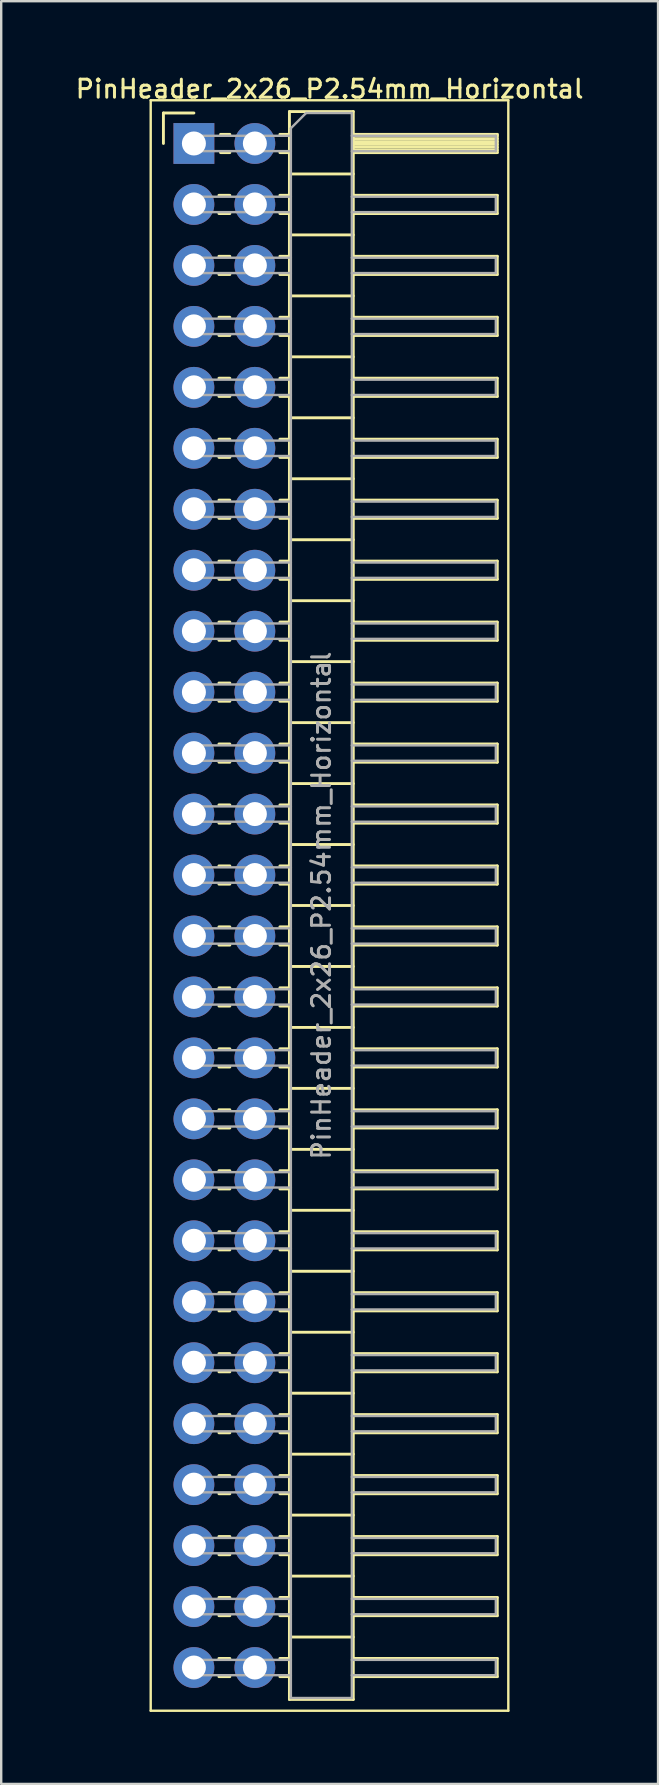
<source format=kicad_pcb>
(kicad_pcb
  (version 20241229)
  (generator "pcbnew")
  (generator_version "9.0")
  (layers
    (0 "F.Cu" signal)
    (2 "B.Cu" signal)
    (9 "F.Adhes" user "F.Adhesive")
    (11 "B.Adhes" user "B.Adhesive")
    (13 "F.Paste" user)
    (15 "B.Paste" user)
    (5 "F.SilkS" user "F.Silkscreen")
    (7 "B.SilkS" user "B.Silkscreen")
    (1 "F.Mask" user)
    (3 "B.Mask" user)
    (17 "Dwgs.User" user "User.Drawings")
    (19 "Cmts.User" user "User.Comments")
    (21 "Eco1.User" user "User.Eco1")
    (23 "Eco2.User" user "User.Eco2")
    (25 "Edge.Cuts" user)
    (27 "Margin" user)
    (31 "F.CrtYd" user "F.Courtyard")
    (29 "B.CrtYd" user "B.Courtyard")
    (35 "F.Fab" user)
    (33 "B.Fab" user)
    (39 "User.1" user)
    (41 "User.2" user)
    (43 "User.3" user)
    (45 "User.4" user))
  (footprint "PinHeader_2x26_P2.54mm_Horizontal"
    (layer "F.Cu")
    (at 5.029 2.928)
    (property "Reference" "PinHeader_2x26_P2.54mm_Horizontal" (at 5.655 -2.27 0) (layer "F.SilkS") (effects (font (size 0.75 0.75) (thickness 0.125))))
    (attr through_hole)
    (fp_line (start -1.8 -1.8) (end -1.8 65.3) (stroke (width 0.1) (type solid)) (layer "F.SilkS"))
    (fp_line (start -1.8 65.3) (end 13.1 65.3) (stroke (width 0.1) (type solid)) (layer "F.SilkS"))
    (fp_line (start -1.27 -1.27) (end 0 -1.27) (stroke (width 0.12) (type solid)) (layer "F.SilkS"))
    (fp_line (start -1.27 0) (end -1.27 -1.27) (stroke (width 0.12) (type solid)) (layer "F.SilkS"))
    (fp_line (start 1.043 2.16) (end 1.497 2.16) (stroke (width 0.12) (type solid)) (layer "F.SilkS"))
    (fp_line (start 1.043 2.92) (end 1.497 2.92) (stroke (width 0.12) (type solid)) (layer "F.SilkS"))
    (fp_line (start 1.043 4.7) (end 1.497 4.7) (stroke (width 0.12) (type solid)) (layer "F.SilkS"))
    (fp_line (start 1.043 5.46) (end 1.497 5.46) (stroke (width 0.12) (type solid)) (layer "F.SilkS"))
    (fp_line (start 1.043 7.24) (end 1.497 7.24) (stroke (width 0.12) (type solid)) (layer "F.SilkS"))
    (fp_line (start 1.043 8) (end 1.497 8) (stroke (width 0.12) (type solid)) (layer "F.SilkS"))
    (fp_line (start 1.043 9.78) (end 1.497 9.78) (stroke (width 0.12) (type solid)) (layer "F.SilkS"))
    (fp_line (start 1.043 10.54) (end 1.497 10.54) (stroke (width 0.12) (type solid)) (layer "F.SilkS"))
    (fp_line (start 1.043 12.32) (end 1.497 12.32) (stroke (width 0.12) (type solid)) (layer "F.SilkS"))
    (fp_line (start 1.043 13.08) (end 1.497 13.08) (stroke (width 0.12) (type solid)) (layer "F.SilkS"))
    (fp_line (start 1.043 14.86) (end 1.497 14.86) (stroke (width 0.12) (type solid)) (layer "F.SilkS"))
    (fp_line (start 1.043 15.62) (end 1.497 15.62) (stroke (width 0.12) (type solid)) (layer "F.SilkS"))
    (fp_line (start 1.043 17.4) (end 1.497 17.4) (stroke (width 0.12) (type solid)) (layer "F.SilkS"))
    (fp_line (start 1.043 18.16) (end 1.497 18.16) (stroke (width 0.12) (type solid)) (layer "F.SilkS"))
    (fp_line (start 1.043 19.94) (end 1.497 19.94) (stroke (width 0.12) (type solid)) (layer "F.SilkS"))
    (fp_line (start 1.043 20.7) (end 1.497 20.7) (stroke (width 0.12) (type solid)) (layer "F.SilkS"))
    (fp_line (start 1.043 22.48) (end 1.497 22.48) (stroke (width 0.12) (type solid)) (layer "F.SilkS"))
    (fp_line (start 1.043 23.24) (end 1.497 23.24) (stroke (width 0.12) (type solid)) (layer "F.SilkS"))
    (fp_line (start 1.043 25.02) (end 1.497 25.02) (stroke (width 0.12) (type solid)) (layer "F.SilkS"))
    (fp_line (start 1.043 25.78) (end 1.497 25.78) (stroke (width 0.12) (type solid)) (layer "F.SilkS"))
    (fp_line (start 1.043 27.56) (end 1.497 27.56) (stroke (width 0.12) (type solid)) (layer "F.SilkS"))
    (fp_line (start 1.043 28.32) (end 1.497 28.32) (stroke (width 0.12) (type solid)) (layer "F.SilkS"))
    (fp_line (start 1.043 30.1) (end 1.497 30.1) (stroke (width 0.12) (type solid)) (layer "F.SilkS"))
    (fp_line (start 1.043 30.86) (end 1.497 30.86) (stroke (width 0.12) (type solid)) (layer "F.SilkS"))
    (fp_line (start 1.043 32.64) (end 1.497 32.64) (stroke (width 0.12) (type solid)) (layer "F.SilkS"))
    (fp_line (start 1.043 33.4) (end 1.497 33.4) (stroke (width 0.12) (type solid)) (layer "F.SilkS"))
    (fp_line (start 1.043 35.18) (end 1.497 35.18) (stroke (width 0.12) (type solid)) (layer "F.SilkS"))
    (fp_line (start 1.043 35.94) (end 1.497 35.94) (stroke (width 0.12) (type solid)) (layer "F.SilkS"))
    (fp_line (start 1.043 37.72) (end 1.497 37.72) (stroke (width 0.12) (type solid)) (layer "F.SilkS"))
    (fp_line (start 1.043 38.48) (end 1.497 38.48) (stroke (width 0.12) (type solid)) (layer "F.SilkS"))
    (fp_line (start 1.043 40.26) (end 1.497 40.26) (stroke (width 0.12) (type solid)) (layer "F.SilkS"))
    (fp_line (start 1.043 41.02) (end 1.497 41.02) (stroke (width 0.12) (type solid)) (layer "F.SilkS"))
    (fp_line (start 1.043 42.8) (end 1.497 42.8) (stroke (width 0.12) (type solid)) (layer "F.SilkS"))
    (fp_line (start 1.043 43.56) (end 1.497 43.56) (stroke (width 0.12) (type solid)) (layer "F.SilkS"))
    (fp_line (start 1.043 45.34) (end 1.497 45.34) (stroke (width 0.12) (type solid)) (layer "F.SilkS"))
    (fp_line (start 1.043 46.1) (end 1.497 46.1) (stroke (width 0.12) (type solid)) (layer "F.SilkS"))
    (fp_line (start 1.043 47.88) (end 1.497 47.88) (stroke (width 0.12) (type solid)) (layer "F.SilkS"))
    (fp_line (start 1.043 48.64) (end 1.497 48.64) (stroke (width 0.12) (type solid)) (layer "F.SilkS"))
    (fp_line (start 1.043 50.42) (end 1.497 50.42) (stroke (width 0.12) (type solid)) (layer "F.SilkS"))
    (fp_line (start 1.043 51.18) (end 1.497 51.18) (stroke (width 0.12) (type solid)) (layer "F.SilkS"))
    (fp_line (start 1.043 52.96) (end 1.497 52.96) (stroke (width 0.12) (type solid)) (layer "F.SilkS"))
    (fp_line (start 1.043 53.72) (end 1.497 53.72) (stroke (width 0.12) (type solid)) (layer "F.SilkS"))
    (fp_line (start 1.043 55.5) (end 1.497 55.5) (stroke (width 0.12) (type solid)) (layer "F.SilkS"))
    (fp_line (start 1.043 56.26) (end 1.497 56.26) (stroke (width 0.12) (type solid)) (layer "F.SilkS"))
    (fp_line (start 1.043 58.04) (end 1.497 58.04) (stroke (width 0.12) (type solid)) (layer "F.SilkS"))
    (fp_line (start 1.043 58.8) (end 1.497 58.8) (stroke (width 0.12) (type solid)) (layer "F.SilkS"))
    (fp_line (start 1.043 60.58) (end 1.497 60.58) (stroke (width 0.12) (type solid)) (layer "F.SilkS"))
    (fp_line (start 1.043 61.34) (end 1.497 61.34) (stroke (width 0.12) (type solid)) (layer "F.SilkS"))
    (fp_line (start 1.043 63.12) (end 1.497 63.12) (stroke (width 0.12) (type solid)) (layer "F.SilkS"))
    (fp_line (start 1.043 63.88) (end 1.497 63.88) (stroke (width 0.12) (type solid)) (layer "F.SilkS"))
    (fp_line (start 1.11 -0.38) (end 1.497 -0.38) (stroke (width 0.12) (type solid)) (layer "F.SilkS"))
    (fp_line (start 1.11 0.38) (end 1.497 0.38) (stroke (width 0.12) (type solid)) (layer "F.SilkS"))
    (fp_line (start 3.583 -0.38) (end 3.98 -0.38) (stroke (width 0.12) (type solid)) (layer "F.SilkS"))
    (fp_line (start 3.583 0.38) (end 3.98 0.38) (stroke (width 0.12) (type solid)) (layer "F.SilkS"))
    (fp_line (start 3.583 2.16) (end 3.98 2.16) (stroke (width 0.12) (type solid)) (layer "F.SilkS"))
    (fp_line (start 3.583 2.92) (end 3.98 2.92) (stroke (width 0.12) (type solid)) (layer "F.SilkS"))
    (fp_line (start 3.583 4.7) (end 3.98 4.7) (stroke (width 0.12) (type solid)) (layer "F.SilkS"))
    (fp_line (start 3.583 5.46) (end 3.98 5.46) (stroke (width 0.12) (type solid)) (layer "F.SilkS"))
    (fp_line (start 3.583 7.24) (end 3.98 7.24) (stroke (width 0.12) (type solid)) (layer "F.SilkS"))
    (fp_line (start 3.583 8) (end 3.98 8) (stroke (width 0.12) (type solid)) (layer "F.SilkS"))
    (fp_line (start 3.583 9.78) (end 3.98 9.78) (stroke (width 0.12) (type solid)) (layer "F.SilkS"))
    (fp_line (start 3.583 10.54) (end 3.98 10.54) (stroke (width 0.12) (type solid)) (layer "F.SilkS"))
    (fp_line (start 3.583 12.32) (end 3.98 12.32) (stroke (width 0.12) (type solid)) (layer "F.SilkS"))
    (fp_line (start 3.583 13.08) (end 3.98 13.08) (stroke (width 0.12) (type solid)) (layer "F.SilkS"))
    (fp_line (start 3.583 14.86) (end 3.98 14.86) (stroke (width 0.12) (type solid)) (layer "F.SilkS"))
    (fp_line (start 3.583 15.62) (end 3.98 15.62) (stroke (width 0.12) (type solid)) (layer "F.SilkS"))
    (fp_line (start 3.583 17.4) (end 3.98 17.4) (stroke (width 0.12) (type solid)) (layer "F.SilkS"))
    (fp_line (start 3.583 18.16) (end 3.98 18.16) (stroke (width 0.12) (type solid)) (layer "F.SilkS"))
    (fp_line (start 3.583 19.94) (end 3.98 19.94) (stroke (width 0.12) (type solid)) (layer "F.SilkS"))
    (fp_line (start 3.583 20.7) (end 3.98 20.7) (stroke (width 0.12) (type solid)) (layer "F.SilkS"))
    (fp_line (start 3.583 22.48) (end 3.98 22.48) (stroke (width 0.12) (type solid)) (layer "F.SilkS"))
    (fp_line (start 3.583 23.24) (end 3.98 23.24) (stroke (width 0.12) (type solid)) (layer "F.SilkS"))
    (fp_line (start 3.583 25.02) (end 3.98 25.02) (stroke (width 0.12) (type solid)) (layer "F.SilkS"))
    (fp_line (start 3.583 25.78) (end 3.98 25.78) (stroke (width 0.12) (type solid)) (layer "F.SilkS"))
    (fp_line (start 3.583 27.56) (end 3.98 27.56) (stroke (width 0.12) (type solid)) (layer "F.SilkS"))
    (fp_line (start 3.583 28.32) (end 3.98 28.32) (stroke (width 0.12) (type solid)) (layer "F.SilkS"))
    (fp_line (start 3.583 30.1) (end 3.98 30.1) (stroke (width 0.12) (type solid)) (layer "F.SilkS"))
    (fp_line (start 3.583 30.86) (end 3.98 30.86) (stroke (width 0.12) (type solid)) (layer "F.SilkS"))
    (fp_line (start 3.583 32.64) (end 3.98 32.64) (stroke (width 0.12) (type solid)) (layer "F.SilkS"))
    (fp_line (start 3.583 33.4) (end 3.98 33.4) (stroke (width 0.12) (type solid)) (layer "F.SilkS"))
    (fp_line (start 3.583 35.18) (end 3.98 35.18) (stroke (width 0.12) (type solid)) (layer "F.SilkS"))
    (fp_line (start 3.583 35.94) (end 3.98 35.94) (stroke (width 0.12) (type solid)) (layer "F.SilkS"))
    (fp_line (start 3.583 37.72) (end 3.98 37.72) (stroke (width 0.12) (type solid)) (layer "F.SilkS"))
    (fp_line (start 3.583 38.48) (end 3.98 38.48) (stroke (width 0.12) (type solid)) (layer "F.SilkS"))
    (fp_line (start 3.583 40.26) (end 3.98 40.26) (stroke (width 0.12) (type solid)) (layer "F.SilkS"))
    (fp_line (start 3.583 41.02) (end 3.98 41.02) (stroke (width 0.12) (type solid)) (layer "F.SilkS"))
    (fp_line (start 3.583 42.8) (end 3.98 42.8) (stroke (width 0.12) (type solid)) (layer "F.SilkS"))
    (fp_line (start 3.583 43.56) (end 3.98 43.56) (stroke (width 0.12) (type solid)) (layer "F.SilkS"))
    (fp_line (start 3.583 45.34) (end 3.98 45.34) (stroke (width 0.12) (type solid)) (layer "F.SilkS"))
    (fp_line (start 3.583 46.1) (end 3.98 46.1) (stroke (width 0.12) (type solid)) (layer "F.SilkS"))
    (fp_line (start 3.583 47.88) (end 3.98 47.88) (stroke (width 0.12) (type solid)) (layer "F.SilkS"))
    (fp_line (start 3.583 48.64) (end 3.98 48.64) (stroke (width 0.12) (type solid)) (layer "F.SilkS"))
    (fp_line (start 3.583 50.42) (end 3.98 50.42) (stroke (width 0.12) (type solid)) (layer "F.SilkS"))
    (fp_line (start 3.583 51.18) (end 3.98 51.18) (stroke (width 0.12) (type solid)) (layer "F.SilkS"))
    (fp_line (start 3.583 52.96) (end 3.98 52.96) (stroke (width 0.12) (type solid)) (layer "F.SilkS"))
    (fp_line (start 3.583 53.72) (end 3.98 53.72) (stroke (width 0.12) (type solid)) (layer "F.SilkS"))
    (fp_line (start 3.583 55.5) (end 3.98 55.5) (stroke (width 0.12) (type solid)) (layer "F.SilkS"))
    (fp_line (start 3.583 56.26) (end 3.98 56.26) (stroke (width 0.12) (type solid)) (layer "F.SilkS"))
    (fp_line (start 3.583 58.04) (end 3.98 58.04) (stroke (width 0.12) (type solid)) (layer "F.SilkS"))
    (fp_line (start 3.583 58.8) (end 3.98 58.8) (stroke (width 0.12) (type solid)) (layer "F.SilkS"))
    (fp_line (start 3.583 60.58) (end 3.98 60.58) (stroke (width 0.12) (type solid)) (layer "F.SilkS"))
    (fp_line (start 3.583 61.34) (end 3.98 61.34) (stroke (width 0.12) (type solid)) (layer "F.SilkS"))
    (fp_line (start 3.583 63.12) (end 3.98 63.12) (stroke (width 0.12) (type solid)) (layer "F.SilkS"))
    (fp_line (start 3.583 63.88) (end 3.98 63.88) (stroke (width 0.12) (type solid)) (layer "F.SilkS"))
    (fp_line (start 3.98 -1.33) (end 3.98 64.83) (stroke (width 0.12) (type solid)) (layer "F.SilkS"))
    (fp_line (start 3.98 1.27) (end 6.64 1.27) (stroke (width 0.12) (type solid)) (layer "F.SilkS"))
    (fp_line (start 3.98 3.81) (end 6.64 3.81) (stroke (width 0.12) (type solid)) (layer "F.SilkS"))
    (fp_line (start 3.98 6.35) (end 6.64 6.35) (stroke (width 0.12) (type solid)) (layer "F.SilkS"))
    (fp_line (start 3.98 8.89) (end 6.64 8.89) (stroke (width 0.12) (type solid)) (layer "F.SilkS"))
    (fp_line (start 3.98 11.43) (end 6.64 11.43) (stroke (width 0.12) (type solid)) (layer "F.SilkS"))
    (fp_line (start 3.98 13.97) (end 6.64 13.97) (stroke (width 0.12) (type solid)) (layer "F.SilkS"))
    (fp_line (start 3.98 16.51) (end 6.64 16.51) (stroke (width 0.12) (type solid)) (layer "F.SilkS"))
    (fp_line (start 3.98 19.05) (end 6.64 19.05) (stroke (width 0.12) (type solid)) (layer "F.SilkS"))
    (fp_line (start 3.98 21.59) (end 6.64 21.59) (stroke (width 0.12) (type solid)) (layer "F.SilkS"))
    (fp_line (start 3.98 24.13) (end 6.64 24.13) (stroke (width 0.12) (type solid)) (layer "F.SilkS"))
    (fp_line (start 3.98 26.67) (end 6.64 26.67) (stroke (width 0.12) (type solid)) (layer "F.SilkS"))
    (fp_line (start 3.98 29.21) (end 6.64 29.21) (stroke (width 0.12) (type solid)) (layer "F.SilkS"))
    (fp_line (start 3.98 31.75) (end 6.64 31.75) (stroke (width 0.12) (type solid)) (layer "F.SilkS"))
    (fp_line (start 3.98 34.29) (end 6.64 34.29) (stroke (width 0.12) (type solid)) (layer "F.SilkS"))
    (fp_line (start 3.98 36.83) (end 6.64 36.83) (stroke (width 0.12) (type solid)) (layer "F.SilkS"))
    (fp_line (start 3.98 39.37) (end 6.64 39.37) (stroke (width 0.12) (type solid)) (layer "F.SilkS"))
    (fp_line (start 3.98 41.91) (end 6.64 41.91) (stroke (width 0.12) (type solid)) (layer "F.SilkS"))
    (fp_line (start 3.98 44.45) (end 6.64 44.45) (stroke (width 0.12) (type solid)) (layer "F.SilkS"))
    (fp_line (start 3.98 46.99) (end 6.64 46.99) (stroke (width 0.12) (type solid)) (layer "F.SilkS"))
    (fp_line (start 3.98 49.53) (end 6.64 49.53) (stroke (width 0.12) (type solid)) (layer "F.SilkS"))
    (fp_line (start 3.98 52.07) (end 6.64 52.07) (stroke (width 0.12) (type solid)) (layer "F.SilkS"))
    (fp_line (start 3.98 54.61) (end 6.64 54.61) (stroke (width 0.12) (type solid)) (layer "F.SilkS"))
    (fp_line (start 3.98 57.15) (end 6.64 57.15) (stroke (width 0.12) (type solid)) (layer "F.SilkS"))
    (fp_line (start 3.98 59.69) (end 6.64 59.69) (stroke (width 0.12) (type solid)) (layer "F.SilkS"))
    (fp_line (start 3.98 62.23) (end 6.64 62.23) (stroke (width 0.12) (type solid)) (layer "F.SilkS"))
    (fp_line (start 3.98 64.83) (end 6.64 64.83) (stroke (width 0.12) (type solid)) (layer "F.SilkS"))
    (fp_line (start 6.64 -1.33) (end 3.98 -1.33) (stroke (width 0.12) (type solid)) (layer "F.SilkS"))
    (fp_line (start 6.64 -0.38) (end 12.64 -0.38) (stroke (width 0.12) (type solid)) (layer "F.SilkS"))
    (fp_line (start 6.64 -0.32) (end 12.64 -0.32) (stroke (width 0.12) (type solid)) (layer "F.SilkS"))
    (fp_line (start 6.64 -0.2) (end 12.64 -0.2) (stroke (width 0.12) (type solid)) (layer "F.SilkS"))
    (fp_line (start 6.64 -0.08) (end 12.64 -0.08) (stroke (width 0.12) (type solid)) (layer "F.SilkS"))
    (fp_line (start 6.64 0.04) (end 12.64 0.04) (stroke (width 0.12) (type solid)) (layer "F.SilkS"))
    (fp_line (start 6.64 0.16) (end 12.64 0.16) (stroke (width 0.12) (type solid)) (layer "F.SilkS"))
    (fp_line (start 6.64 0.28) (end 12.64 0.28) (stroke (width 0.12) (type solid)) (layer "F.SilkS"))
    (fp_line (start 6.64 2.16) (end 12.64 2.16) (stroke (width 0.12) (type solid)) (layer "F.SilkS"))
    (fp_line (start 6.64 4.7) (end 12.64 4.7) (stroke (width 0.12) (type solid)) (layer "F.SilkS"))
    (fp_line (start 6.64 7.24) (end 12.64 7.24) (stroke (width 0.12) (type solid)) (layer "F.SilkS"))
    (fp_line (start 6.64 9.78) (end 12.64 9.78) (stroke (width 0.12) (type solid)) (layer "F.SilkS"))
    (fp_line (start 6.64 12.32) (end 12.64 12.32) (stroke (width 0.12) (type solid)) (layer "F.SilkS"))
    (fp_line (start 6.64 14.86) (end 12.64 14.86) (stroke (width 0.12) (type solid)) (layer "F.SilkS"))
    (fp_line (start 6.64 17.4) (end 12.64 17.4) (stroke (width 0.12) (type solid)) (layer "F.SilkS"))
    (fp_line (start 6.64 19.94) (end 12.64 19.94) (stroke (width 0.12) (type solid)) (layer "F.SilkS"))
    (fp_line (start 6.64 22.48) (end 12.64 22.48) (stroke (width 0.12) (type solid)) (layer "F.SilkS"))
    (fp_line (start 6.64 25.02) (end 12.64 25.02) (stroke (width 0.12) (type solid)) (layer "F.SilkS"))
    (fp_line (start 6.64 27.56) (end 12.64 27.56) (stroke (width 0.12) (type solid)) (layer "F.SilkS"))
    (fp_line (start 6.64 30.1) (end 12.64 30.1) (stroke (width 0.12) (type solid)) (layer "F.SilkS"))
    (fp_line (start 6.64 32.64) (end 12.64 32.64) (stroke (width 0.12) (type solid)) (layer "F.SilkS"))
    (fp_line (start 6.64 35.18) (end 12.64 35.18) (stroke (width 0.12) (type solid)) (layer "F.SilkS"))
    (fp_line (start 6.64 37.72) (end 12.64 37.72) (stroke (width 0.12) (type solid)) (layer "F.SilkS"))
    (fp_line (start 6.64 40.26) (end 12.64 40.26) (stroke (width 0.12) (type solid)) (layer "F.SilkS"))
    (fp_line (start 6.64 42.8) (end 12.64 42.8) (stroke (width 0.12) (type solid)) (layer "F.SilkS"))
    (fp_line (start 6.64 45.34) (end 12.64 45.34) (stroke (width 0.12) (type solid)) (layer "F.SilkS"))
    (fp_line (start 6.64 47.88) (end 12.64 47.88) (stroke (width 0.12) (type solid)) (layer "F.SilkS"))
    (fp_line (start 6.64 50.42) (end 12.64 50.42) (stroke (width 0.12) (type solid)) (layer "F.SilkS"))
    (fp_line (start 6.64 52.96) (end 12.64 52.96) (stroke (width 0.12) (type solid)) (layer "F.SilkS"))
    (fp_line (start 6.64 55.5) (end 12.64 55.5) (stroke (width 0.12) (type solid)) (layer "F.SilkS"))
    (fp_line (start 6.64 58.04) (end 12.64 58.04) (stroke (width 0.12) (type solid)) (layer "F.SilkS"))
    (fp_line (start 6.64 60.58) (end 12.64 60.58) (stroke (width 0.12) (type solid)) (layer "F.SilkS"))
    (fp_line (start 6.64 63.12) (end 12.64 63.12) (stroke (width 0.12) (type solid)) (layer "F.SilkS"))
    (fp_line (start 6.64 64.83) (end 6.64 -1.33) (stroke (width 0.12) (type solid)) (layer "F.SilkS"))
    (fp_line (start 12.64 -0.38) (end 12.64 0.38) (stroke (width 0.12) (type solid)) (layer "F.SilkS"))
    (fp_line (start 12.64 0.38) (end 6.64 0.38) (stroke (width 0.12) (type solid)) (layer "F.SilkS"))
    (fp_line (start 12.64 2.16) (end 12.64 2.92) (stroke (width 0.12) (type solid)) (layer "F.SilkS"))
    (fp_line (start 12.64 2.92) (end 6.64 2.92) (stroke (width 0.12) (type solid)) (layer "F.SilkS"))
    (fp_line (start 12.64 4.7) (end 12.64 5.46) (stroke (width 0.12) (type solid)) (layer "F.SilkS"))
    (fp_line (start 12.64 5.46) (end 6.64 5.46) (stroke (width 0.12) (type solid)) (layer "F.SilkS"))
    (fp_line (start 12.64 7.24) (end 12.64 8) (stroke (width 0.12) (type solid)) (layer "F.SilkS"))
    (fp_line (start 12.64 8) (end 6.64 8) (stroke (width 0.12) (type solid)) (layer "F.SilkS"))
    (fp_line (start 12.64 9.78) (end 12.64 10.54) (stroke (width 0.12) (type solid)) (layer "F.SilkS"))
    (fp_line (start 12.64 10.54) (end 6.64 10.54) (stroke (width 0.12) (type solid)) (layer "F.SilkS"))
    (fp_line (start 12.64 12.32) (end 12.64 13.08) (stroke (width 0.12) (type solid)) (layer "F.SilkS"))
    (fp_line (start 12.64 13.08) (end 6.64 13.08) (stroke (width 0.12) (type solid)) (layer "F.SilkS"))
    (fp_line (start 12.64 14.86) (end 12.64 15.62) (stroke (width 0.12) (type solid)) (layer "F.SilkS"))
    (fp_line (start 12.64 15.62) (end 6.64 15.62) (stroke (width 0.12) (type solid)) (layer "F.SilkS"))
    (fp_line (start 12.64 17.4) (end 12.64 18.16) (stroke (width 0.12) (type solid)) (layer "F.SilkS"))
    (fp_line (start 12.64 18.16) (end 6.64 18.16) (stroke (width 0.12) (type solid)) (layer "F.SilkS"))
    (fp_line (start 12.64 19.94) (end 12.64 20.7) (stroke (width 0.12) (type solid)) (layer "F.SilkS"))
    (fp_line (start 12.64 20.7) (end 6.64 20.7) (stroke (width 0.12) (type solid)) (layer "F.SilkS"))
    (fp_line (start 12.64 22.48) (end 12.64 23.24) (stroke (width 0.12) (type solid)) (layer "F.SilkS"))
    (fp_line (start 12.64 23.24) (end 6.64 23.24) (stroke (width 0.12) (type solid)) (layer "F.SilkS"))
    (fp_line (start 12.64 25.02) (end 12.64 25.78) (stroke (width 0.12) (type solid)) (layer "F.SilkS"))
    (fp_line (start 12.64 25.78) (end 6.64 25.78) (stroke (width 0.12) (type solid)) (layer "F.SilkS"))
    (fp_line (start 12.64 27.56) (end 12.64 28.32) (stroke (width 0.12) (type solid)) (layer "F.SilkS"))
    (fp_line (start 12.64 28.32) (end 6.64 28.32) (stroke (width 0.12) (type solid)) (layer "F.SilkS"))
    (fp_line (start 12.64 30.1) (end 12.64 30.86) (stroke (width 0.12) (type solid)) (layer "F.SilkS"))
    (fp_line (start 12.64 30.86) (end 6.64 30.86) (stroke (width 0.12) (type solid)) (layer "F.SilkS"))
    (fp_line (start 12.64 32.64) (end 12.64 33.4) (stroke (width 0.12) (type solid)) (layer "F.SilkS"))
    (fp_line (start 12.64 33.4) (end 6.64 33.4) (stroke (width 0.12) (type solid)) (layer "F.SilkS"))
    (fp_line (start 12.64 35.18) (end 12.64 35.94) (stroke (width 0.12) (type solid)) (layer "F.SilkS"))
    (fp_line (start 12.64 35.94) (end 6.64 35.94) (stroke (width 0.12) (type solid)) (layer "F.SilkS"))
    (fp_line (start 12.64 37.72) (end 12.64 38.48) (stroke (width 0.12) (type solid)) (layer "F.SilkS"))
    (fp_line (start 12.64 38.48) (end 6.64 38.48) (stroke (width 0.12) (type solid)) (layer "F.SilkS"))
    (fp_line (start 12.64 40.26) (end 12.64 41.02) (stroke (width 0.12) (type solid)) (layer "F.SilkS"))
    (fp_line (start 12.64 41.02) (end 6.64 41.02) (stroke (width 0.12) (type solid)) (layer "F.SilkS"))
    (fp_line (start 12.64 42.8) (end 12.64 43.56) (stroke (width 0.12) (type solid)) (layer "F.SilkS"))
    (fp_line (start 12.64 43.56) (end 6.64 43.56) (stroke (width 0.12) (type solid)) (layer "F.SilkS"))
    (fp_line (start 12.64 45.34) (end 12.64 46.1) (stroke (width 0.12) (type solid)) (layer "F.SilkS"))
    (fp_line (start 12.64 46.1) (end 6.64 46.1) (stroke (width 0.12) (type solid)) (layer "F.SilkS"))
    (fp_line (start 12.64 47.88) (end 12.64 48.64) (stroke (width 0.12) (type solid)) (layer "F.SilkS"))
    (fp_line (start 12.64 48.64) (end 6.64 48.64) (stroke (width 0.12) (type solid)) (layer "F.SilkS"))
    (fp_line (start 12.64 50.42) (end 12.64 51.18) (stroke (width 0.12) (type solid)) (layer "F.SilkS"))
    (fp_line (start 12.64 51.18) (end 6.64 51.18) (stroke (width 0.12) (type solid)) (layer "F.SilkS"))
    (fp_line (start 12.64 52.96) (end 12.64 53.72) (stroke (width 0.12) (type solid)) (layer "F.SilkS"))
    (fp_line (start 12.64 53.72) (end 6.64 53.72) (stroke (width 0.12) (type solid)) (layer "F.SilkS"))
    (fp_line (start 12.64 55.5) (end 12.64 56.26) (stroke (width 0.12) (type solid)) (layer "F.SilkS"))
    (fp_line (start 12.64 56.26) (end 6.64 56.26) (stroke (width 0.12) (type solid)) (layer "F.SilkS"))
    (fp_line (start 12.64 58.04) (end 12.64 58.8) (stroke (width 0.12) (type solid)) (layer "F.SilkS"))
    (fp_line (start 12.64 58.8) (end 6.64 58.8) (stroke (width 0.12) (type solid)) (layer "F.SilkS"))
    (fp_line (start 12.64 60.58) (end 12.64 61.34) (stroke (width 0.12) (type solid)) (layer "F.SilkS"))
    (fp_line (start 12.64 61.34) (end 6.64 61.34) (stroke (width 0.12) (type solid)) (layer "F.SilkS"))
    (fp_line (start 12.64 63.12) (end 12.64 63.88) (stroke (width 0.12) (type solid)) (layer "F.SilkS"))
    (fp_line (start 12.64 63.88) (end 6.64 63.88) (stroke (width 0.12) (type solid)) (layer "F.SilkS"))
    (fp_line (start 13.1 -1.8) (end -1.8 -1.8) (stroke (width 0.1) (type solid)) (layer "F.SilkS"))
    (fp_line (start 13.1 65.3) (end 13.1 -1.8) (stroke (width 0.1) (type solid)) (layer "F.SilkS"))
    (fp_line (start -0.32 -0.32) (end -0.32 0.32) (stroke (width 0.1) (type solid)) (layer "F.Fab"))
    (fp_line (start -0.32 -0.32) (end 4.04 -0.32) (stroke (width 0.1) (type solid)) (layer "F.Fab"))
    (fp_line (start -0.32 0.32) (end 4.04 0.32) (stroke (width 0.1) (type solid)) (layer "F.Fab"))
    (fp_line (start -0.32 2.22) (end -0.32 2.86) (stroke (width 0.1) (type solid)) (layer "F.Fab"))
    (fp_line (start -0.32 2.22) (end 4.04 2.22) (stroke (width 0.1) (type solid)) (layer "F.Fab"))
    (fp_line (start -0.32 2.86) (end 4.04 2.86) (stroke (width 0.1) (type solid)) (layer "F.Fab"))
    (fp_line (start -0.32 4.76) (end -0.32 5.4) (stroke (width 0.1) (type solid)) (layer "F.Fab"))
    (fp_line (start -0.32 4.76) (end 4.04 4.76) (stroke (width 0.1) (type solid)) (layer "F.Fab"))
    (fp_line (start -0.32 5.4) (end 4.04 5.4) (stroke (width 0.1) (type solid)) (layer "F.Fab"))
    (fp_line (start -0.32 7.3) (end -0.32 7.94) (stroke (width 0.1) (type solid)) (layer "F.Fab"))
    (fp_line (start -0.32 7.3) (end 4.04 7.3) (stroke (width 0.1) (type solid)) (layer "F.Fab"))
    (fp_line (start -0.32 7.94) (end 4.04 7.94) (stroke (width 0.1) (type solid)) (layer "F.Fab"))
    (fp_line (start -0.32 9.84) (end -0.32 10.48) (stroke (width 0.1) (type solid)) (layer "F.Fab"))
    (fp_line (start -0.32 9.84) (end 4.04 9.84) (stroke (width 0.1) (type solid)) (layer "F.Fab"))
    (fp_line (start -0.32 10.48) (end 4.04 10.48) (stroke (width 0.1) (type solid)) (layer "F.Fab"))
    (fp_line (start -0.32 12.38) (end -0.32 13.02) (stroke (width 0.1) (type solid)) (layer "F.Fab"))
    (fp_line (start -0.32 12.38) (end 4.04 12.38) (stroke (width 0.1) (type solid)) (layer "F.Fab"))
    (fp_line (start -0.32 13.02) (end 4.04 13.02) (stroke (width 0.1) (type solid)) (layer "F.Fab"))
    (fp_line (start -0.32 14.92) (end -0.32 15.56) (stroke (width 0.1) (type solid)) (layer "F.Fab"))
    (fp_line (start -0.32 14.92) (end 4.04 14.92) (stroke (width 0.1) (type solid)) (layer "F.Fab"))
    (fp_line (start -0.32 15.56) (end 4.04 15.56) (stroke (width 0.1) (type solid)) (layer "F.Fab"))
    (fp_line (start -0.32 17.46) (end -0.32 18.1) (stroke (width 0.1) (type solid)) (layer "F.Fab"))
    (fp_line (start -0.32 17.46) (end 4.04 17.46) (stroke (width 0.1) (type solid)) (layer "F.Fab"))
    (fp_line (start -0.32 18.1) (end 4.04 18.1) (stroke (width 0.1) (type solid)) (layer "F.Fab"))
    (fp_line (start -0.32 20) (end -0.32 20.64) (stroke (width 0.1) (type solid)) (layer "F.Fab"))
    (fp_line (start -0.32 20) (end 4.04 20) (stroke (width 0.1) (type solid)) (layer "F.Fab"))
    (fp_line (start -0.32 20.64) (end 4.04 20.64) (stroke (width 0.1) (type solid)) (layer "F.Fab"))
    (fp_line (start -0.32 22.54) (end -0.32 23.18) (stroke (width 0.1) (type solid)) (layer "F.Fab"))
    (fp_line (start -0.32 22.54) (end 4.04 22.54) (stroke (width 0.1) (type solid)) (layer "F.Fab"))
    (fp_line (start -0.32 23.18) (end 4.04 23.18) (stroke (width 0.1) (type solid)) (layer "F.Fab"))
    (fp_line (start -0.32 25.08) (end -0.32 25.72) (stroke (width 0.1) (type solid)) (layer "F.Fab"))
    (fp_line (start -0.32 25.08) (end 4.04 25.08) (stroke (width 0.1) (type solid)) (layer "F.Fab"))
    (fp_line (start -0.32 25.72) (end 4.04 25.72) (stroke (width 0.1) (type solid)) (layer "F.Fab"))
    (fp_line (start -0.32 27.62) (end -0.32 28.26) (stroke (width 0.1) (type solid)) (layer "F.Fab"))
    (fp_line (start -0.32 27.62) (end 4.04 27.62) (stroke (width 0.1) (type solid)) (layer "F.Fab"))
    (fp_line (start -0.32 28.26) (end 4.04 28.26) (stroke (width 0.1) (type solid)) (layer "F.Fab"))
    (fp_line (start -0.32 30.16) (end -0.32 30.8) (stroke (width 0.1) (type solid)) (layer "F.Fab"))
    (fp_line (start -0.32 30.16) (end 4.04 30.16) (stroke (width 0.1) (type solid)) (layer "F.Fab"))
    (fp_line (start -0.32 30.8) (end 4.04 30.8) (stroke (width 0.1) (type solid)) (layer "F.Fab"))
    (fp_line (start -0.32 32.7) (end -0.32 33.34) (stroke (width 0.1) (type solid)) (layer "F.Fab"))
    (fp_line (start -0.32 32.7) (end 4.04 32.7) (stroke (width 0.1) (type solid)) (layer "F.Fab"))
    (fp_line (start -0.32 33.34) (end 4.04 33.34) (stroke (width 0.1) (type solid)) (layer "F.Fab"))
    (fp_line (start -0.32 35.24) (end -0.32 35.88) (stroke (width 0.1) (type solid)) (layer "F.Fab"))
    (fp_line (start -0.32 35.24) (end 4.04 35.24) (stroke (width 0.1) (type solid)) (layer "F.Fab"))
    (fp_line (start -0.32 35.88) (end 4.04 35.88) (stroke (width 0.1) (type solid)) (layer "F.Fab"))
    (fp_line (start -0.32 37.78) (end -0.32 38.42) (stroke (width 0.1) (type solid)) (layer "F.Fab"))
    (fp_line (start -0.32 37.78) (end 4.04 37.78) (stroke (width 0.1) (type solid)) (layer "F.Fab"))
    (fp_line (start -0.32 38.42) (end 4.04 38.42) (stroke (width 0.1) (type solid)) (layer "F.Fab"))
    (fp_line (start -0.32 40.32) (end -0.32 40.96) (stroke (width 0.1) (type solid)) (layer "F.Fab"))
    (fp_line (start -0.32 40.32) (end 4.04 40.32) (stroke (width 0.1) (type solid)) (layer "F.Fab"))
    (fp_line (start -0.32 40.96) (end 4.04 40.96) (stroke (width 0.1) (type solid)) (layer "F.Fab"))
    (fp_line (start -0.32 42.86) (end -0.32 43.5) (stroke (width 0.1) (type solid)) (layer "F.Fab"))
    (fp_line (start -0.32 42.86) (end 4.04 42.86) (stroke (width 0.1) (type solid)) (layer "F.Fab"))
    (fp_line (start -0.32 43.5) (end 4.04 43.5) (stroke (width 0.1) (type solid)) (layer "F.Fab"))
    (fp_line (start -0.32 45.4) (end -0.32 46.04) (stroke (width 0.1) (type solid)) (layer "F.Fab"))
    (fp_line (start -0.32 45.4) (end 4.04 45.4) (stroke (width 0.1) (type solid)) (layer "F.Fab"))
    (fp_line (start -0.32 46.04) (end 4.04 46.04) (stroke (width 0.1) (type solid)) (layer "F.Fab"))
    (fp_line (start -0.32 47.94) (end -0.32 48.58) (stroke (width 0.1) (type solid)) (layer "F.Fab"))
    (fp_line (start -0.32 47.94) (end 4.04 47.94) (stroke (width 0.1) (type solid)) (layer "F.Fab"))
    (fp_line (start -0.32 48.58) (end 4.04 48.58) (stroke (width 0.1) (type solid)) (layer "F.Fab"))
    (fp_line (start -0.32 50.48) (end -0.32 51.12) (stroke (width 0.1) (type solid)) (layer "F.Fab"))
    (fp_line (start -0.32 50.48) (end 4.04 50.48) (stroke (width 0.1) (type solid)) (layer "F.Fab"))
    (fp_line (start -0.32 51.12) (end 4.04 51.12) (stroke (width 0.1) (type solid)) (layer "F.Fab"))
    (fp_line (start -0.32 53.02) (end -0.32 53.66) (stroke (width 0.1) (type solid)) (layer "F.Fab"))
    (fp_line (start -0.32 53.02) (end 4.04 53.02) (stroke (width 0.1) (type solid)) (layer "F.Fab"))
    (fp_line (start -0.32 53.66) (end 4.04 53.66) (stroke (width 0.1) (type solid)) (layer "F.Fab"))
    (fp_line (start -0.32 55.56) (end -0.32 56.2) (stroke (width 0.1) (type solid)) (layer "F.Fab"))
    (fp_line (start -0.32 55.56) (end 4.04 55.56) (stroke (width 0.1) (type solid)) (layer "F.Fab"))
    (fp_line (start -0.32 56.2) (end 4.04 56.2) (stroke (width 0.1) (type solid)) (layer "F.Fab"))
    (fp_line (start -0.32 58.1) (end -0.32 58.74) (stroke (width 0.1) (type solid)) (layer "F.Fab"))
    (fp_line (start -0.32 58.1) (end 4.04 58.1) (stroke (width 0.1) (type solid)) (layer "F.Fab"))
    (fp_line (start -0.32 58.74) (end 4.04 58.74) (stroke (width 0.1) (type solid)) (layer "F.Fab"))
    (fp_line (start -0.32 60.64) (end -0.32 61.28) (stroke (width 0.1) (type solid)) (layer "F.Fab"))
    (fp_line (start -0.32 60.64) (end 4.04 60.64) (stroke (width 0.1) (type solid)) (layer "F.Fab"))
    (fp_line (start -0.32 61.28) (end 4.04 61.28) (stroke (width 0.1) (type solid)) (layer "F.Fab"))
    (fp_line (start -0.32 63.18) (end -0.32 63.82) (stroke (width 0.1) (type solid)) (layer "F.Fab"))
    (fp_line (start -0.32 63.18) (end 4.04 63.18) (stroke (width 0.1) (type solid)) (layer "F.Fab"))
    (fp_line (start -0.32 63.82) (end 4.04 63.82) (stroke (width 0.1) (type solid)) (layer "F.Fab"))
    (fp_line (start 4.04 -0.635) (end 4.675 -1.27) (stroke (width 0.1) (type solid)) (layer "F.Fab"))
    (fp_line (start 4.04 64.77) (end 4.04 -0.635) (stroke (width 0.1) (type solid)) (layer "F.Fab"))
    (fp_line (start 4.675 -1.27) (end 6.58 -1.27) (stroke (width 0.1) (type solid)) (layer "F.Fab"))
    (fp_line (start 6.58 -1.27) (end 6.58 64.77) (stroke (width 0.1) (type solid)) (layer "F.Fab"))
    (fp_line (start 6.58 -0.32) (end 12.58 -0.32) (stroke (width 0.1) (type solid)) (layer "F.Fab"))
    (fp_line (start 6.58 0.32) (end 12.58 0.32) (stroke (width 0.1) (type solid)) (layer "F.Fab"))
    (fp_line (start 6.58 2.22) (end 12.58 2.22) (stroke (width 0.1) (type solid)) (layer "F.Fab"))
    (fp_line (start 6.58 2.86) (end 12.58 2.86) (stroke (width 0.1) (type solid)) (layer "F.Fab"))
    (fp_line (start 6.58 4.76) (end 12.58 4.76) (stroke (width 0.1) (type solid)) (layer "F.Fab"))
    (fp_line (start 6.58 5.4) (end 12.58 5.4) (stroke (width 0.1) (type solid)) (layer "F.Fab"))
    (fp_line (start 6.58 7.3) (end 12.58 7.3) (stroke (width 0.1) (type solid)) (layer "F.Fab"))
    (fp_line (start 6.58 7.94) (end 12.58 7.94) (stroke (width 0.1) (type solid)) (layer "F.Fab"))
    (fp_line (start 6.58 9.84) (end 12.58 9.84) (stroke (width 0.1) (type solid)) (layer "F.Fab"))
    (fp_line (start 6.58 10.48) (end 12.58 10.48) (stroke (width 0.1) (type solid)) (layer "F.Fab"))
    (fp_line (start 6.58 12.38) (end 12.58 12.38) (stroke (width 0.1) (type solid)) (layer "F.Fab"))
    (fp_line (start 6.58 13.02) (end 12.58 13.02) (stroke (width 0.1) (type solid)) (layer "F.Fab"))
    (fp_line (start 6.58 14.92) (end 12.58 14.92) (stroke (width 0.1) (type solid)) (layer "F.Fab"))
    (fp_line (start 6.58 15.56) (end 12.58 15.56) (stroke (width 0.1) (type solid)) (layer "F.Fab"))
    (fp_line (start 6.58 17.46) (end 12.58 17.46) (stroke (width 0.1) (type solid)) (layer "F.Fab"))
    (fp_line (start 6.58 18.1) (end 12.58 18.1) (stroke (width 0.1) (type solid)) (layer "F.Fab"))
    (fp_line (start 6.58 20) (end 12.58 20) (stroke (width 0.1) (type solid)) (layer "F.Fab"))
    (fp_line (start 6.58 20.64) (end 12.58 20.64) (stroke (width 0.1) (type solid)) (layer "F.Fab"))
    (fp_line (start 6.58 22.54) (end 12.58 22.54) (stroke (width 0.1) (type solid)) (layer "F.Fab"))
    (fp_line (start 6.58 23.18) (end 12.58 23.18) (stroke (width 0.1) (type solid)) (layer "F.Fab"))
    (fp_line (start 6.58 25.08) (end 12.58 25.08) (stroke (width 0.1) (type solid)) (layer "F.Fab"))
    (fp_line (start 6.58 25.72) (end 12.58 25.72) (stroke (width 0.1) (type solid)) (layer "F.Fab"))
    (fp_line (start 6.58 27.62) (end 12.58 27.62) (stroke (width 0.1) (type solid)) (layer "F.Fab"))
    (fp_line (start 6.58 28.26) (end 12.58 28.26) (stroke (width 0.1) (type solid)) (layer "F.Fab"))
    (fp_line (start 6.58 30.16) (end 12.58 30.16) (stroke (width 0.1) (type solid)) (layer "F.Fab"))
    (fp_line (start 6.58 30.8) (end 12.58 30.8) (stroke (width 0.1) (type solid)) (layer "F.Fab"))
    (fp_line (start 6.58 32.7) (end 12.58 32.7) (stroke (width 0.1) (type solid)) (layer "F.Fab"))
    (fp_line (start 6.58 33.34) (end 12.58 33.34) (stroke (width 0.1) (type solid)) (layer "F.Fab"))
    (fp_line (start 6.58 35.24) (end 12.58 35.24) (stroke (width 0.1) (type solid)) (layer "F.Fab"))
    (fp_line (start 6.58 35.88) (end 12.58 35.88) (stroke (width 0.1) (type solid)) (layer "F.Fab"))
    (fp_line (start 6.58 37.78) (end 12.58 37.78) (stroke (width 0.1) (type solid)) (layer "F.Fab"))
    (fp_line (start 6.58 38.42) (end 12.58 38.42) (stroke (width 0.1) (type solid)) (layer "F.Fab"))
    (fp_line (start 6.58 40.32) (end 12.58 40.32) (stroke (width 0.1) (type solid)) (layer "F.Fab"))
    (fp_line (start 6.58 40.96) (end 12.58 40.96) (stroke (width 0.1) (type solid)) (layer "F.Fab"))
    (fp_line (start 6.58 42.86) (end 12.58 42.86) (stroke (width 0.1) (type solid)) (layer "F.Fab"))
    (fp_line (start 6.58 43.5) (end 12.58 43.5) (stroke (width 0.1) (type solid)) (layer "F.Fab"))
    (fp_line (start 6.58 45.4) (end 12.58 45.4) (stroke (width 0.1) (type solid)) (layer "F.Fab"))
    (fp_line (start 6.58 46.04) (end 12.58 46.04) (stroke (width 0.1) (type solid)) (layer "F.Fab"))
    (fp_line (start 6.58 47.94) (end 12.58 47.94) (stroke (width 0.1) (type solid)) (layer "F.Fab"))
    (fp_line (start 6.58 48.58) (end 12.58 48.58) (stroke (width 0.1) (type solid)) (layer "F.Fab"))
    (fp_line (start 6.58 50.48) (end 12.58 50.48) (stroke (width 0.1) (type solid)) (layer "F.Fab"))
    (fp_line (start 6.58 51.12) (end 12.58 51.12) (stroke (width 0.1) (type solid)) (layer "F.Fab"))
    (fp_line (start 6.58 53.02) (end 12.58 53.02) (stroke (width 0.1) (type solid)) (layer "F.Fab"))
    (fp_line (start 6.58 53.66) (end 12.58 53.66) (stroke (width 0.1) (type solid)) (layer "F.Fab"))
    (fp_line (start 6.58 55.56) (end 12.58 55.56) (stroke (width 0.1) (type solid)) (layer "F.Fab"))
    (fp_line (start 6.58 56.2) (end 12.58 56.2) (stroke (width 0.1) (type solid)) (layer "F.Fab"))
    (fp_line (start 6.58 58.1) (end 12.58 58.1) (stroke (width 0.1) (type solid)) (layer "F.Fab"))
    (fp_line (start 6.58 58.74) (end 12.58 58.74) (stroke (width 0.1) (type solid)) (layer "F.Fab"))
    (fp_line (start 6.58 60.64) (end 12.58 60.64) (stroke (width 0.1) (type solid)) (layer "F.Fab"))
    (fp_line (start 6.58 61.28) (end 12.58 61.28) (stroke (width 0.1) (type solid)) (layer "F.Fab"))
    (fp_line (start 6.58 63.18) (end 12.58 63.18) (stroke (width 0.1) (type solid)) (layer "F.Fab"))
    (fp_line (start 6.58 63.82) (end 12.58 63.82) (stroke (width 0.1) (type solid)) (layer "F.Fab"))
    (fp_line (start 6.58 64.77) (end 4.04 64.77) (stroke (width 0.1) (type solid)) (layer "F.Fab"))
    (fp_line (start 12.58 -0.32) (end 12.58 0.32) (stroke (width 0.1) (type solid)) (layer "F.Fab"))
    (fp_line (start 12.58 2.22) (end 12.58 2.86) (stroke (width 0.1) (type solid)) (layer "F.Fab"))
    (fp_line (start 12.58 4.76) (end 12.58 5.4) (stroke (width 0.1) (type solid)) (layer "F.Fab"))
    (fp_line (start 12.58 7.3) (end 12.58 7.94) (stroke (width 0.1) (type solid)) (layer "F.Fab"))
    (fp_line (start 12.58 9.84) (end 12.58 10.48) (stroke (width 0.1) (type solid)) (layer "F.Fab"))
    (fp_line (start 12.58 12.38) (end 12.58 13.02) (stroke (width 0.1) (type solid)) (layer "F.Fab"))
    (fp_line (start 12.58 14.92) (end 12.58 15.56) (stroke (width 0.1) (type solid)) (layer "F.Fab"))
    (fp_line (start 12.58 17.46) (end 12.58 18.1) (stroke (width 0.1) (type solid)) (layer "F.Fab"))
    (fp_line (start 12.58 20) (end 12.58 20.64) (stroke (width 0.1) (type solid)) (layer "F.Fab"))
    (fp_line (start 12.58 22.54) (end 12.58 23.18) (stroke (width 0.1) (type solid)) (layer "F.Fab"))
    (fp_line (start 12.58 25.08) (end 12.58 25.72) (stroke (width 0.1) (type solid)) (layer "F.Fab"))
    (fp_line (start 12.58 27.62) (end 12.58 28.26) (stroke (width 0.1) (type solid)) (layer "F.Fab"))
    (fp_line (start 12.58 30.16) (end 12.58 30.8) (stroke (width 0.1) (type solid)) (layer "F.Fab"))
    (fp_line (start 12.58 32.7) (end 12.58 33.34) (stroke (width 0.1) (type solid)) (layer "F.Fab"))
    (fp_line (start 12.58 35.24) (end 12.58 35.88) (stroke (width 0.1) (type solid)) (layer "F.Fab"))
    (fp_line (start 12.58 37.78) (end 12.58 38.42) (stroke (width 0.1) (type solid)) (layer "F.Fab"))
    (fp_line (start 12.58 40.32) (end 12.58 40.96) (stroke (width 0.1) (type solid)) (layer "F.Fab"))
    (fp_line (start 12.58 42.86) (end 12.58 43.5) (stroke (width 0.1) (type solid)) (layer "F.Fab"))
    (fp_line (start 12.58 45.4) (end 12.58 46.04) (stroke (width 0.1) (type solid)) (layer "F.Fab"))
    (fp_line (start 12.58 47.94) (end 12.58 48.58) (stroke (width 0.1) (type solid)) (layer "F.Fab"))
    (fp_line (start 12.58 50.48) (end 12.58 51.12) (stroke (width 0.1) (type solid)) (layer "F.Fab"))
    (fp_line (start 12.58 53.02) (end 12.58 53.66) (stroke (width 0.1) (type solid)) (layer "F.Fab"))
    (fp_line (start 12.58 55.56) (end 12.58 56.2) (stroke (width 0.1) (type solid)) (layer "F.Fab"))
    (fp_line (start 12.58 58.1) (end 12.58 58.74) (stroke (width 0.1) (type solid)) (layer "F.Fab"))
    (fp_line (start 12.58 60.64) (end 12.58 61.28) (stroke (width 0.1) (type solid)) (layer "F.Fab"))
    (fp_line (start 12.58 63.18) (end 12.58 63.82) (stroke (width 0.1) (type solid)) (layer "F.Fab"))
    (fp_text user "${REFERENCE}" (at 5.31 31.75 90) (layer "F.Fab") (effects (font (size 0.75 0.75) (thickness 0.125))))
    (pad "1" thru_hole rect (at 0 0) (size 1.7 1.7) (drill 1) (layers "*.Cu" "*.Mask"))
    (pad "2" thru_hole oval (at 2.54 0) (size 1.7 1.7) (drill 1) (layers "*.Cu" "*.Mask"))
    (pad "3" thru_hole oval (at 0 2.54) (size 1.7 1.7) (drill 1) (layers "*.Cu" "*.Mask"))
    (pad "4" thru_hole oval (at 2.54 2.54) (size 1.7 1.7) (drill 1) (layers "*.Cu" "*.Mask"))
    (pad "5" thru_hole oval (at 0 5.08) (size 1.7 1.7) (drill 1) (layers "*.Cu" "*.Mask"))
    (pad "6" thru_hole oval (at 2.54 5.08) (size 1.7 1.7) (drill 1) (layers "*.Cu" "*.Mask"))
    (pad "7" thru_hole oval (at 0 7.62) (size 1.7 1.7) (drill 1) (layers "*.Cu" "*.Mask"))
    (pad "8" thru_hole oval (at 2.54 7.62) (size 1.7 1.7) (drill 1) (layers "*.Cu" "*.Mask"))
    (pad "9" thru_hole oval (at 0 10.16) (size 1.7 1.7) (drill 1) (layers "*.Cu" "*.Mask"))
    (pad "10" thru_hole oval (at 2.54 10.16) (size 1.7 1.7) (drill 1) (layers "*.Cu" "*.Mask"))
    (pad "11" thru_hole oval (at 0 12.7) (size 1.7 1.7) (drill 1) (layers "*.Cu" "*.Mask"))
    (pad "12" thru_hole oval (at 2.54 12.7) (size 1.7 1.7) (drill 1) (layers "*.Cu" "*.Mask"))
    (pad "13" thru_hole oval (at 0 15.24) (size 1.7 1.7) (drill 1) (layers "*.Cu" "*.Mask"))
    (pad "14" thru_hole oval (at 2.54 15.24) (size 1.7 1.7) (drill 1) (layers "*.Cu" "*.Mask"))
    (pad "15" thru_hole oval (at 0 17.78) (size 1.7 1.7) (drill 1) (layers "*.Cu" "*.Mask"))
    (pad "16" thru_hole oval (at 2.54 17.78) (size 1.7 1.7) (drill 1) (layers "*.Cu" "*.Mask"))
    (pad "17" thru_hole oval (at 0 20.32) (size 1.7 1.7) (drill 1) (layers "*.Cu" "*.Mask"))
    (pad "18" thru_hole oval (at 2.54 20.32) (size 1.7 1.7) (drill 1) (layers "*.Cu" "*.Mask"))
    (pad "19" thru_hole oval (at 0 22.86) (size 1.7 1.7) (drill 1) (layers "*.Cu" "*.Mask"))
    (pad "20" thru_hole oval (at 2.54 22.86) (size 1.7 1.7) (drill 1) (layers "*.Cu" "*.Mask"))
    (pad "21" thru_hole oval (at 0 25.4) (size 1.7 1.7) (drill 1) (layers "*.Cu" "*.Mask"))
    (pad "22" thru_hole oval (at 2.54 25.4) (size 1.7 1.7) (drill 1) (layers "*.Cu" "*.Mask"))
    (pad "23" thru_hole oval (at 0 27.94) (size 1.7 1.7) (drill 1) (layers "*.Cu" "*.Mask"))
    (pad "24" thru_hole oval (at 2.54 27.94) (size 1.7 1.7) (drill 1) (layers "*.Cu" "*.Mask"))
    (pad "25" thru_hole oval (at 0 30.48) (size 1.7 1.7) (drill 1) (layers "*.Cu" "*.Mask"))
    (pad "26" thru_hole oval (at 2.54 30.48) (size 1.7 1.7) (drill 1) (layers "*.Cu" "*.Mask"))
    (pad "27" thru_hole oval (at 0 33.02) (size 1.7 1.7) (drill 1) (layers "*.Cu" "*.Mask"))
    (pad "28" thru_hole oval (at 2.54 33.02) (size 1.7 1.7) (drill 1) (layers "*.Cu" "*.Mask"))
    (pad "29" thru_hole oval (at 0 35.56) (size 1.7 1.7) (drill 1) (layers "*.Cu" "*.Mask"))
    (pad "30" thru_hole oval (at 2.54 35.56) (size 1.7 1.7) (drill 1) (layers "*.Cu" "*.Mask"))
    (pad "31" thru_hole oval (at 0 38.1) (size 1.7 1.7) (drill 1) (layers "*.Cu" "*.Mask"))
    (pad "32" thru_hole oval (at 2.54 38.1) (size 1.7 1.7) (drill 1) (layers "*.Cu" "*.Mask"))
    (pad "33" thru_hole oval (at 0 40.64) (size 1.7 1.7) (drill 1) (layers "*.Cu" "*.Mask"))
    (pad "34" thru_hole oval (at 2.54 40.64) (size 1.7 1.7) (drill 1) (layers "*.Cu" "*.Mask"))
    (pad "35" thru_hole oval (at 0 43.18) (size 1.7 1.7) (drill 1) (layers "*.Cu" "*.Mask"))
    (pad "36" thru_hole oval (at 2.54 43.18) (size 1.7 1.7) (drill 1) (layers "*.Cu" "*.Mask"))
    (pad "37" thru_hole oval (at 0 45.72) (size 1.7 1.7) (drill 1) (layers "*.Cu" "*.Mask"))
    (pad "38" thru_hole oval (at 2.54 45.72) (size 1.7 1.7) (drill 1) (layers "*.Cu" "*.Mask"))
    (pad "39" thru_hole oval (at 0 48.26) (size 1.7 1.7) (drill 1) (layers "*.Cu" "*.Mask"))
    (pad "40" thru_hole oval (at 2.54 48.26) (size 1.7 1.7) (drill 1) (layers "*.Cu" "*.Mask"))
    (pad "41" thru_hole oval (at 0 50.8) (size 1.7 1.7) (drill 1) (layers "*.Cu" "*.Mask"))
    (pad "42" thru_hole oval (at 2.54 50.8) (size 1.7 1.7) (drill 1) (layers "*.Cu" "*.Mask"))
    (pad "43" thru_hole oval (at 0 53.34) (size 1.7 1.7) (drill 1) (layers "*.Cu" "*.Mask"))
    (pad "44" thru_hole oval (at 2.54 53.34) (size 1.7 1.7) (drill 1) (layers "*.Cu" "*.Mask"))
    (pad "45" thru_hole oval (at 0 55.88) (size 1.7 1.7) (drill 1) (layers "*.Cu" "*.Mask"))
    (pad "46" thru_hole oval (at 2.54 55.88) (size 1.7 1.7) (drill 1) (layers "*.Cu" "*.Mask"))
    (pad "47" thru_hole oval (at 0 58.42) (size 1.7 1.7) (drill 1) (layers "*.Cu" "*.Mask"))
    (pad "48" thru_hole oval (at 2.54 58.42) (size 1.7 1.7) (drill 1) (layers "*.Cu" "*.Mask"))
    (pad "49" thru_hole oval (at 0 60.96) (size 1.7 1.7) (drill 1) (layers "*.Cu" "*.Mask"))
    (pad "50" thru_hole oval (at 2.54 60.96) (size 1.7 1.7) (drill 1) (layers "*.Cu" "*.Mask"))
    (pad "51" thru_hole oval (at 0 63.5) (size 1.7 1.7) (drill 1) (layers "*.Cu" "*.Mask"))
    (pad "52" thru_hole oval (at 2.54 63.5) (size 1.7 1.7) (drill 1) (layers "*.Cu" "*.Mask")))
  (gr_rect
    (start -3 -3)
    (end 24.368 71.278)
    (stroke (width 0.1) (type default))
    (fill no)
    (layer "Edge.Cuts")))
</source>
